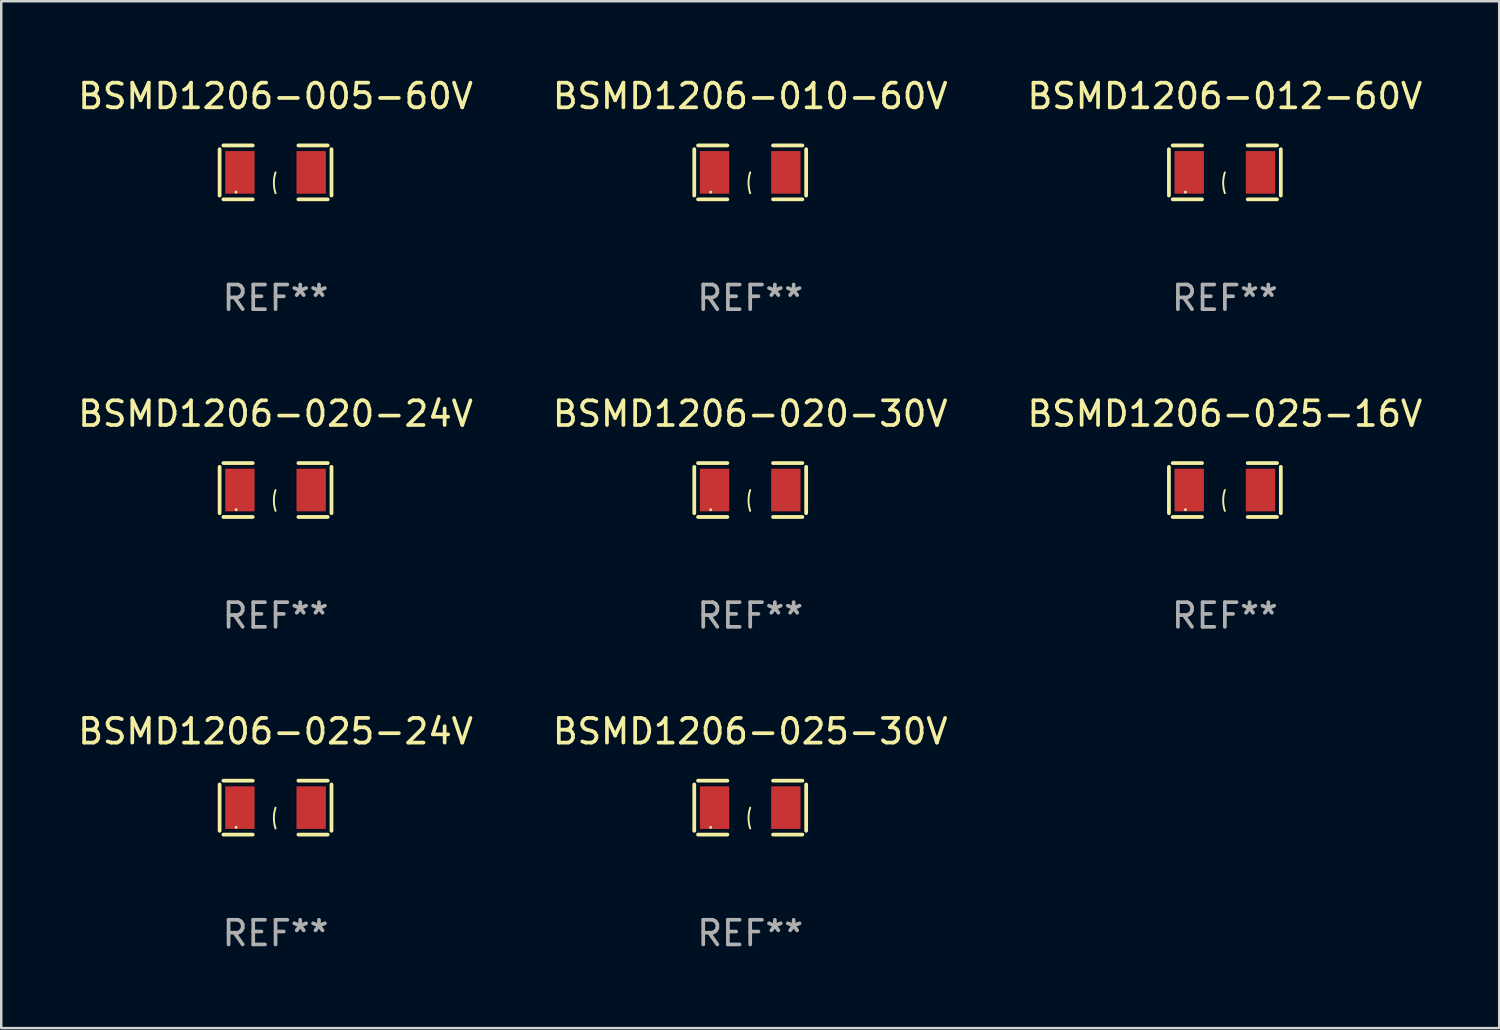
<source format=kicad_pcb>
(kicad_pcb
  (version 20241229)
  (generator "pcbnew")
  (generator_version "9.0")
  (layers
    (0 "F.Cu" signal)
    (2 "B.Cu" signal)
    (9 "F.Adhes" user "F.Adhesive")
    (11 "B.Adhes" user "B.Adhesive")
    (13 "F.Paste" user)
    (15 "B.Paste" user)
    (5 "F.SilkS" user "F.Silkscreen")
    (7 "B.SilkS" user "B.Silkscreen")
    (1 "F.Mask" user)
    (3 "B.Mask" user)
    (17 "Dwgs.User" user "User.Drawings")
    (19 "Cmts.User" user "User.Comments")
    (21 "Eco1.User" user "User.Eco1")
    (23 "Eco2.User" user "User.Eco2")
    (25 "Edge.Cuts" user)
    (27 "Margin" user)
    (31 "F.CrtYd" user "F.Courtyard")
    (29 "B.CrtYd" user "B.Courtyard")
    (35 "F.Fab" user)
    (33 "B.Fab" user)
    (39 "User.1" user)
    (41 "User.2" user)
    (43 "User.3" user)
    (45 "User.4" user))
  (footprint "BSMD1206-012-60V"
    (layer "F.Cu")
    (at 46.625 3.941)
    (property "Reference" "BSMD1206-012-60V" (at 0 -3.093 0) (layer "F.SilkS") (effects (font (size 1 1) (thickness 0.15))))
    (attr through_hole)
    (fp_line (start -2.269 -0.94) (end -2.269 0.94) (stroke (width 0.152) (type solid)) (layer "F.SilkS"))
    (fp_line (start -2.116 1.093) (end -0.926 1.093) (stroke (width 0.152) (type solid)) (layer "F.SilkS"))
    (fp_line (start -0.926 -1.093) (end -2.116 -1.093) (stroke (width 0.152) (type solid)) (layer "F.SilkS"))
    (fp_line (start 0.926 -1.093) (end 2.116 -1.093) (stroke (width 0.152) (type solid)) (layer "F.SilkS"))
    (fp_line (start 2.116 1.093) (end 0.926 1.093) (stroke (width 0.152) (type solid)) (layer "F.SilkS"))
    (fp_line (start 2.269 -0.94) (end 2.269 0.94) (stroke (width 0.152) (type solid)) (layer "F.SilkS"))
    (fp_arc (start 0 0.844951) (mid -0.068559 0.422475) (end 0 0) (stroke (width 0.0762) (type solid)) (layer "F.SilkS"))
    (fp_circle (center -1.6 0.8) (end -1.57 0.8) (stroke (width 0.06) (type solid)) (fill no) (layer "F.SilkS"))
    (fp_text user "REF**" (at 0 5.093 0) (layer "F.Fab") (effects (font (size 1 1) (thickness 0.15))))
    (pad "1" smd rect (at -1.445 0) (size 1.19 1.728) (layers "F.Cu" "F.Mask" "F.Paste"))
    (pad "2" smd rect (at 1.445 0) (size 1.19 1.728) (layers "F.Cu" "F.Mask" "F.Paste")))
  (footprint "BSMD1206-025-16V"
    (layer "F.Cu")
    (at 46.625 16.823)
    (property "Reference" "BSMD1206-025-16V" (at 0 -3.093 0) (layer "F.SilkS") (effects (font (size 1 1) (thickness 0.15))))
    (attr through_hole)
    (fp_line (start -2.269 -0.94) (end -2.269 0.94) (stroke (width 0.152) (type solid)) (layer "F.SilkS"))
    (fp_line (start -2.116 1.093) (end -0.926 1.093) (stroke (width 0.152) (type solid)) (layer "F.SilkS"))
    (fp_line (start -0.926 -1.093) (end -2.116 -1.093) (stroke (width 0.152) (type solid)) (layer "F.SilkS"))
    (fp_line (start 0.926 -1.093) (end 2.116 -1.093) (stroke (width 0.152) (type solid)) (layer "F.SilkS"))
    (fp_line (start 2.116 1.093) (end 0.926 1.093) (stroke (width 0.152) (type solid)) (layer "F.SilkS"))
    (fp_line (start 2.269 -0.94) (end 2.269 0.94) (stroke (width 0.152) (type solid)) (layer "F.SilkS"))
    (fp_arc (start 0 0.844951) (mid -0.068559 0.422475) (end 0 0) (stroke (width 0.0762) (type solid)) (layer "F.SilkS"))
    (fp_circle (center -1.6 0.8) (end -1.57 0.8) (stroke (width 0.06) (type solid)) (fill no) (layer "F.SilkS"))
    (fp_text user "REF**" (at 0 5.093 0) (layer "F.Fab") (effects (font (size 1 1) (thickness 0.15))))
    (pad "1" smd rect (at -1.445 0) (size 1.19 1.728) (layers "F.Cu" "F.Mask" "F.Paste"))
    (pad "2" smd rect (at 1.445 0) (size 1.19 1.728) (layers "F.Cu" "F.Mask" "F.Paste")))
  (footprint "BSMD1206-005-60V"
    (layer "F.Cu")
    (at 8.125 3.941)
    (property "Reference" "BSMD1206-005-60V" (at 0 -3.093 0) (layer "F.SilkS") (effects (font (size 1 1) (thickness 0.15))))
    (attr through_hole)
    (fp_line (start -2.269 -0.94) (end -2.269 0.94) (stroke (width 0.152) (type solid)) (layer "F.SilkS"))
    (fp_line (start -2.116 1.093) (end -0.926 1.093) (stroke (width 0.152) (type solid)) (layer "F.SilkS"))
    (fp_line (start -0.926 -1.093) (end -2.116 -1.093) (stroke (width 0.152) (type solid)) (layer "F.SilkS"))
    (fp_line (start 0.926 -1.093) (end 2.116 -1.093) (stroke (width 0.152) (type solid)) (layer "F.SilkS"))
    (fp_line (start 2.116 1.093) (end 0.926 1.093) (stroke (width 0.152) (type solid)) (layer "F.SilkS"))
    (fp_line (start 2.269 -0.94) (end 2.269 0.94) (stroke (width 0.152) (type solid)) (layer "F.SilkS"))
    (fp_arc (start 0 0.844951) (mid -0.068559 0.422475) (end 0 0) (stroke (width 0.0762) (type solid)) (layer "F.SilkS"))
    (fp_circle (center -1.6 0.8) (end -1.57 0.8) (stroke (width 0.06) (type solid)) (fill no) (layer "F.SilkS"))
    (fp_text user "REF**" (at 0 5.093 0) (layer "F.Fab") (effects (font (size 1 1) (thickness 0.15))))
    (pad "1" smd rect (at -1.445 0) (size 1.19 1.728) (layers "F.Cu" "F.Mask" "F.Paste"))
    (pad "2" smd rect (at 1.445 0) (size 1.19 1.728) (layers "F.Cu" "F.Mask" "F.Paste")))
  (footprint "BSMD1206-025-24V"
    (layer "F.Cu")
    (at 8.125 29.704)
    (property "Reference" "BSMD1206-025-24V" (at 0 -3.093 0) (layer "F.SilkS") (effects (font (size 1 1) (thickness 0.15))))
    (attr through_hole)
    (fp_line (start -2.269 -0.94) (end -2.269 0.94) (stroke (width 0.152) (type solid)) (layer "F.SilkS"))
    (fp_line (start -2.116 1.093) (end -0.926 1.093) (stroke (width 0.152) (type solid)) (layer "F.SilkS"))
    (fp_line (start -0.926 -1.093) (end -2.116 -1.093) (stroke (width 0.152) (type solid)) (layer "F.SilkS"))
    (fp_line (start 0.926 -1.093) (end 2.116 -1.093) (stroke (width 0.152) (type solid)) (layer "F.SilkS"))
    (fp_line (start 2.116 1.093) (end 0.926 1.093) (stroke (width 0.152) (type solid)) (layer "F.SilkS"))
    (fp_line (start 2.269 -0.94) (end 2.269 0.94) (stroke (width 0.152) (type solid)) (layer "F.SilkS"))
    (fp_arc (start 0 0.844951) (mid -0.068559 0.422475) (end 0 0) (stroke (width 0.0762) (type solid)) (layer "F.SilkS"))
    (fp_circle (center -1.6 0.8) (end -1.57 0.8) (stroke (width 0.06) (type solid)) (fill no) (layer "F.SilkS"))
    (fp_text user "REF**" (at 0 5.093 0) (layer "F.Fab") (effects (font (size 1 1) (thickness 0.15))))
    (pad "1" smd rect (at -1.445 0) (size 1.19 1.728) (layers "F.Cu" "F.Mask" "F.Paste"))
    (pad "2" smd rect (at 1.445 0) (size 1.19 1.728) (layers "F.Cu" "F.Mask" "F.Paste")))
  (footprint "BSMD1206-020-24V"
    (layer "F.Cu")
    (at 8.125 16.823)
    (property "Reference" "BSMD1206-020-24V" (at 0 -3.093 0) (layer "F.SilkS") (effects (font (size 1 1) (thickness 0.15))))
    (attr through_hole)
    (fp_line (start -2.269 -0.94) (end -2.269 0.94) (stroke (width 0.152) (type solid)) (layer "F.SilkS"))
    (fp_line (start -2.116 1.093) (end -0.926 1.093) (stroke (width 0.152) (type solid)) (layer "F.SilkS"))
    (fp_line (start -0.926 -1.093) (end -2.116 -1.093) (stroke (width 0.152) (type solid)) (layer "F.SilkS"))
    (fp_line (start 0.926 -1.093) (end 2.116 -1.093) (stroke (width 0.152) (type solid)) (layer "F.SilkS"))
    (fp_line (start 2.116 1.093) (end 0.926 1.093) (stroke (width 0.152) (type solid)) (layer "F.SilkS"))
    (fp_line (start 2.269 -0.94) (end 2.269 0.94) (stroke (width 0.152) (type solid)) (layer "F.SilkS"))
    (fp_arc (start 0 0.844951) (mid -0.068559 0.422475) (end 0 0) (stroke (width 0.0762) (type solid)) (layer "F.SilkS"))
    (fp_circle (center -1.6 0.8) (end -1.57 0.8) (stroke (width 0.06) (type solid)) (fill no) (layer "F.SilkS"))
    (fp_text user "REF**" (at 0 5.093 0) (layer "F.Fab") (effects (font (size 1 1) (thickness 0.15))))
    (pad "1" smd rect (at -1.445 0) (size 1.19 1.728) (layers "F.Cu" "F.Mask" "F.Paste"))
    (pad "2" smd rect (at 1.445 0) (size 1.19 1.728) (layers "F.Cu" "F.Mask" "F.Paste")))
  (footprint "BSMD1206-020-30V"
    (layer "F.Cu")
    (at 27.375 16.823)
    (property "Reference" "BSMD1206-020-30V" (at 0 -3.093 0) (layer "F.SilkS") (effects (font (size 1 1) (thickness 0.15))))
    (attr through_hole)
    (fp_line (start -2.269 -0.94) (end -2.269 0.94) (stroke (width 0.152) (type solid)) (layer "F.SilkS"))
    (fp_line (start -2.116 1.093) (end -0.926 1.093) (stroke (width 0.152) (type solid)) (layer "F.SilkS"))
    (fp_line (start -0.926 -1.093) (end -2.116 -1.093) (stroke (width 0.152) (type solid)) (layer "F.SilkS"))
    (fp_line (start 0.926 -1.093) (end 2.116 -1.093) (stroke (width 0.152) (type solid)) (layer "F.SilkS"))
    (fp_line (start 2.116 1.093) (end 0.926 1.093) (stroke (width 0.152) (type solid)) (layer "F.SilkS"))
    (fp_line (start 2.269 -0.94) (end 2.269 0.94) (stroke (width 0.152) (type solid)) (layer "F.SilkS"))
    (fp_arc (start 0 0.844951) (mid -0.068559 0.422475) (end 0 0) (stroke (width 0.0762) (type solid)) (layer "F.SilkS"))
    (fp_circle (center -1.6 0.8) (end -1.57 0.8) (stroke (width 0.06) (type solid)) (fill no) (layer "F.SilkS"))
    (fp_text user "REF**" (at 0 5.093 0) (layer "F.Fab") (effects (font (size 1 1) (thickness 0.15))))
    (pad "1" smd rect (at -1.445 0) (size 1.19 1.728) (layers "F.Cu" "F.Mask" "F.Paste"))
    (pad "2" smd rect (at 1.445 0) (size 1.19 1.728) (layers "F.Cu" "F.Mask" "F.Paste")))
  (footprint "BSMD1206-025-30V"
    (layer "F.Cu")
    (at 27.375 29.704)
    (property "Reference" "BSMD1206-025-30V" (at 0 -3.093 0) (layer "F.SilkS") (effects (font (size 1 1) (thickness 0.15))))
    (attr through_hole)
    (fp_line (start -2.269 -0.94) (end -2.269 0.94) (stroke (width 0.152) (type solid)) (layer "F.SilkS"))
    (fp_line (start -2.116 1.093) (end -0.926 1.093) (stroke (width 0.152) (type solid)) (layer "F.SilkS"))
    (fp_line (start -0.926 -1.093) (end -2.116 -1.093) (stroke (width 0.152) (type solid)) (layer "F.SilkS"))
    (fp_line (start 0.926 -1.093) (end 2.116 -1.093) (stroke (width 0.152) (type solid)) (layer "F.SilkS"))
    (fp_line (start 2.116 1.093) (end 0.926 1.093) (stroke (width 0.152) (type solid)) (layer "F.SilkS"))
    (fp_line (start 2.269 -0.94) (end 2.269 0.94) (stroke (width 0.152) (type solid)) (layer "F.SilkS"))
    (fp_arc (start 0 0.844951) (mid -0.068559 0.422475) (end 0 0) (stroke (width 0.0762) (type solid)) (layer "F.SilkS"))
    (fp_circle (center -1.6 0.8) (end -1.57 0.8) (stroke (width 0.06) (type solid)) (fill no) (layer "F.SilkS"))
    (fp_text user "REF**" (at 0 5.093 0) (layer "F.Fab") (effects (font (size 1 1) (thickness 0.15))))
    (pad "1" smd rect (at -1.445 0) (size 1.19 1.728) (layers "F.Cu" "F.Mask" "F.Paste"))
    (pad "2" smd rect (at 1.445 0) (size 1.19 1.728) (layers "F.Cu" "F.Mask" "F.Paste")))
  (footprint "BSMD1206-010-60V"
    (layer "F.Cu")
    (at 27.375 3.941)
    (property "Reference" "BSMD1206-010-60V" (at 0 -3.093 0) (layer "F.SilkS") (effects (font (size 1 1) (thickness 0.15))))
    (attr through_hole)
    (fp_line (start -2.269 -0.94) (end -2.269 0.94) (stroke (width 0.152) (type solid)) (layer "F.SilkS"))
    (fp_line (start -2.116 1.093) (end -0.926 1.093) (stroke (width 0.152) (type solid)) (layer "F.SilkS"))
    (fp_line (start -0.926 -1.093) (end -2.116 -1.093) (stroke (width 0.152) (type solid)) (layer "F.SilkS"))
    (fp_line (start 0.926 -1.093) (end 2.116 -1.093) (stroke (width 0.152) (type solid)) (layer "F.SilkS"))
    (fp_line (start 2.116 1.093) (end 0.926 1.093) (stroke (width 0.152) (type solid)) (layer "F.SilkS"))
    (fp_line (start 2.269 -0.94) (end 2.269 0.94) (stroke (width 0.152) (type solid)) (layer "F.SilkS"))
    (fp_arc (start 0 0.844951) (mid -0.068559 0.422475) (end 0 0) (stroke (width 0.0762) (type solid)) (layer "F.SilkS"))
    (fp_circle (center -1.6 0.8) (end -1.57 0.8) (stroke (width 0.06) (type solid)) (fill no) (layer "F.SilkS"))
    (fp_text user "REF**" (at 0 5.093 0) (layer "F.Fab") (effects (font (size 1 1) (thickness 0.15))))
    (pad "1" smd rect (at -1.445 0) (size 1.19 1.728) (layers "F.Cu" "F.Mask" "F.Paste"))
    (pad "2" smd rect (at 1.445 0) (size 1.19 1.728) (layers "F.Cu" "F.Mask" "F.Paste")))
  (gr_rect
    (start -3 -3)
    (end 57.75 38.645)
    (stroke (width 0.1) (type default))
    (fill no)
    (layer "Edge.Cuts")))
</source>
